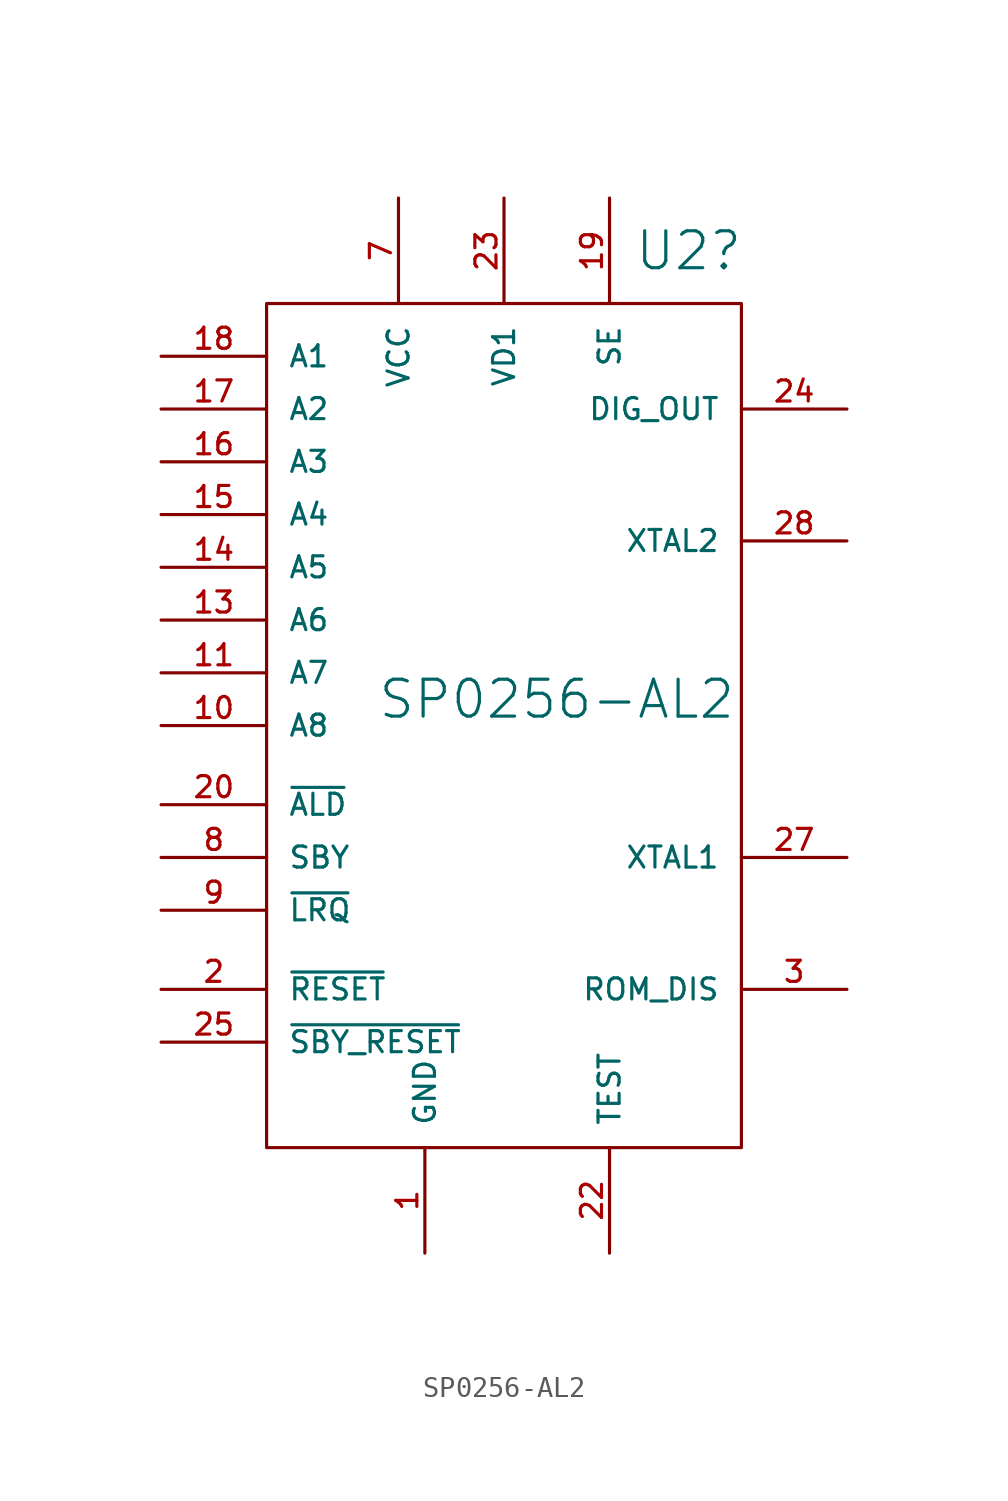
<source format=kicad_sym>
(kicad_symbol_lib
  (version 20211014)
  (generator kicad_symbol_editor)
  (symbol "SP0256-AL2"
    (pin_names
      (offset 1.016))
    (property "Reference" "U2"
      (at 8.89 22.86 0)
      (effects (font (size 1.778 1.778))))
    (property "Value" "SP0256-AL2"
      (at 2.54 1.27 0)
      (effects (font (size 1.778 1.778))))
    (property "Datasheet" ""
      (at 0 0 0)
      (effects (font (size 1.524 1.524))))
    (symbol "SP0256-AL2_0_0"
      (pin passive line (at -3.81 -25.4 90) (length 5.08) (name "GND" (effects (font (size 1.016 1.016)))) (number "1" (effects (font (size 1.016 1.016)))))
      (pin input line (at -16.51 0 0) (length 5.08) (name "A8" (effects (font (size 1.016 1.016)))) (number "10" (effects (font (size 1.016 1.016)))))
      (pin input line (at -16.51 2.54 0) (length 5.08) (name "A7" (effects (font (size 1.016 1.016)))) (number "11" (effects (font (size 1.016 1.016)))))
      (pin passive line (at 5.08 25.4 270) (length 5.08) (name "SE" (effects (font (size 1.016 1.016)))) (number "19" (effects (font (size 1.016 1.016)))))
      (pin passive line (at -16.51 -12.7 0) (length 5.08) (name "~{RESET}" (effects (font (size 1.016 1.016)))) (number "2" (effects (font (size 1.016 1.016)))))
      (pin passive line (at 5.08 -25.4 90) (length 5.08) (name "TEST" (effects (font (size 1.016 1.016)))) (number "22" (effects (font (size 1.016 1.016)))))
      (pin passive line (at 0 25.4 270) (length 5.08) (name "VD1" (effects (font (size 1.016 1.016)))) (number "23" (effects (font (size 1.016 1.016)))))
      (pin output line (at 16.51 15.24 180) (length 5.08) (name "DIG_OUT" (effects (font (size 1.016 1.016)))) (number "24" (effects (font (size 1.016 1.016)))))
      (pin passive line (at -16.51 -15.24 0) (length 5.08) (name "~{SBY_RESET}" (effects (font (size 1.016 1.016)))) (number "25" (effects (font (size 1.016 1.016)))))
      (pin passive line (at 16.51 -6.35 180) (length 5.08) (name "XTAL1" (effects (font (size 1.016 1.016)))) (number "27" (effects (font (size 1.016 1.016)))))
      (pin passive line (at 16.51 8.89 180) (length 5.08) (name "XTAL2" (effects (font (size 1.016 1.016)))) (number "28" (effects (font (size 1.016 1.016)))))
      (pin passive line (at 16.51 -12.7 180) (length 5.08) (name "ROM_DIS" (effects (font (size 1.016 1.016)))) (number "3" (effects (font (size 1.016 1.016)))))
      (pin power_in line (at -5.08 25.4 270) (length 5.08) (name "VCC" (effects (font (size 1.016 1.016)))) (number "7" (effects (font (size 1.016 1.016)))))
      (pin passive line (at -16.51 -6.35 0) (length 5.08) (name "SBY" (effects (font (size 1.016 1.016)))) (number "8" (effects (font (size 1.016 1.016))))))
    (symbol "SP0256-AL2_0_1"
      (rectangle (start -11.43 20.32) (end 11.43 -20.32) (stroke (width 0) (type default) (color 0 0 0 0)) (fill (type none))))
    (symbol "SP0256-AL2_1_1"
      (pin input line (at -16.51 5.08 0) (length 5.08) (name "A6" (effects (font (size 1.016 1.016)))) (number "13" (effects (font (size 1.016 1.016)))))
      (pin input line (at -16.51 7.62 0) (length 5.08) (name "A5" (effects (font (size 1.016 1.016)))) (number "14" (effects (font (size 1.016 1.016)))))
      (pin input line (at -16.51 10.16 0) (length 5.08) (name "A4" (effects (font (size 1.016 1.016)))) (number "15" (effects (font (size 1.016 1.016)))))
      (pin input line (at -16.51 12.7 0) (length 5.08) (name "A3" (effects (font (size 1.016 1.016)))) (number "16" (effects (font (size 1.016 1.016)))))
      (pin input line (at -16.51 15.24 0) (length 5.08) (name "A2" (effects (font (size 1.016 1.016)))) (number "17" (effects (font (size 1.016 1.016)))))
      (pin input line (at -16.51 17.78 0) (length 5.08) (name "A1" (effects (font (size 1.016 1.016)))) (number "18" (effects (font (size 1.016 1.016)))))
      (pin input line (at -16.51 -3.81 0) (length 5.08) (name "~{ALD}" (effects (font (size 1.016 1.016)))) (number "20" (effects (font (size 1.016 1.016)))))
      (pin input line (at -16.51 -8.89 0) (length 5.08) (name "~{LRQ}" (effects (font (size 1.016 1.016)))) (number "9" (effects (font (size 1.016 1.016))))))))
</source>
